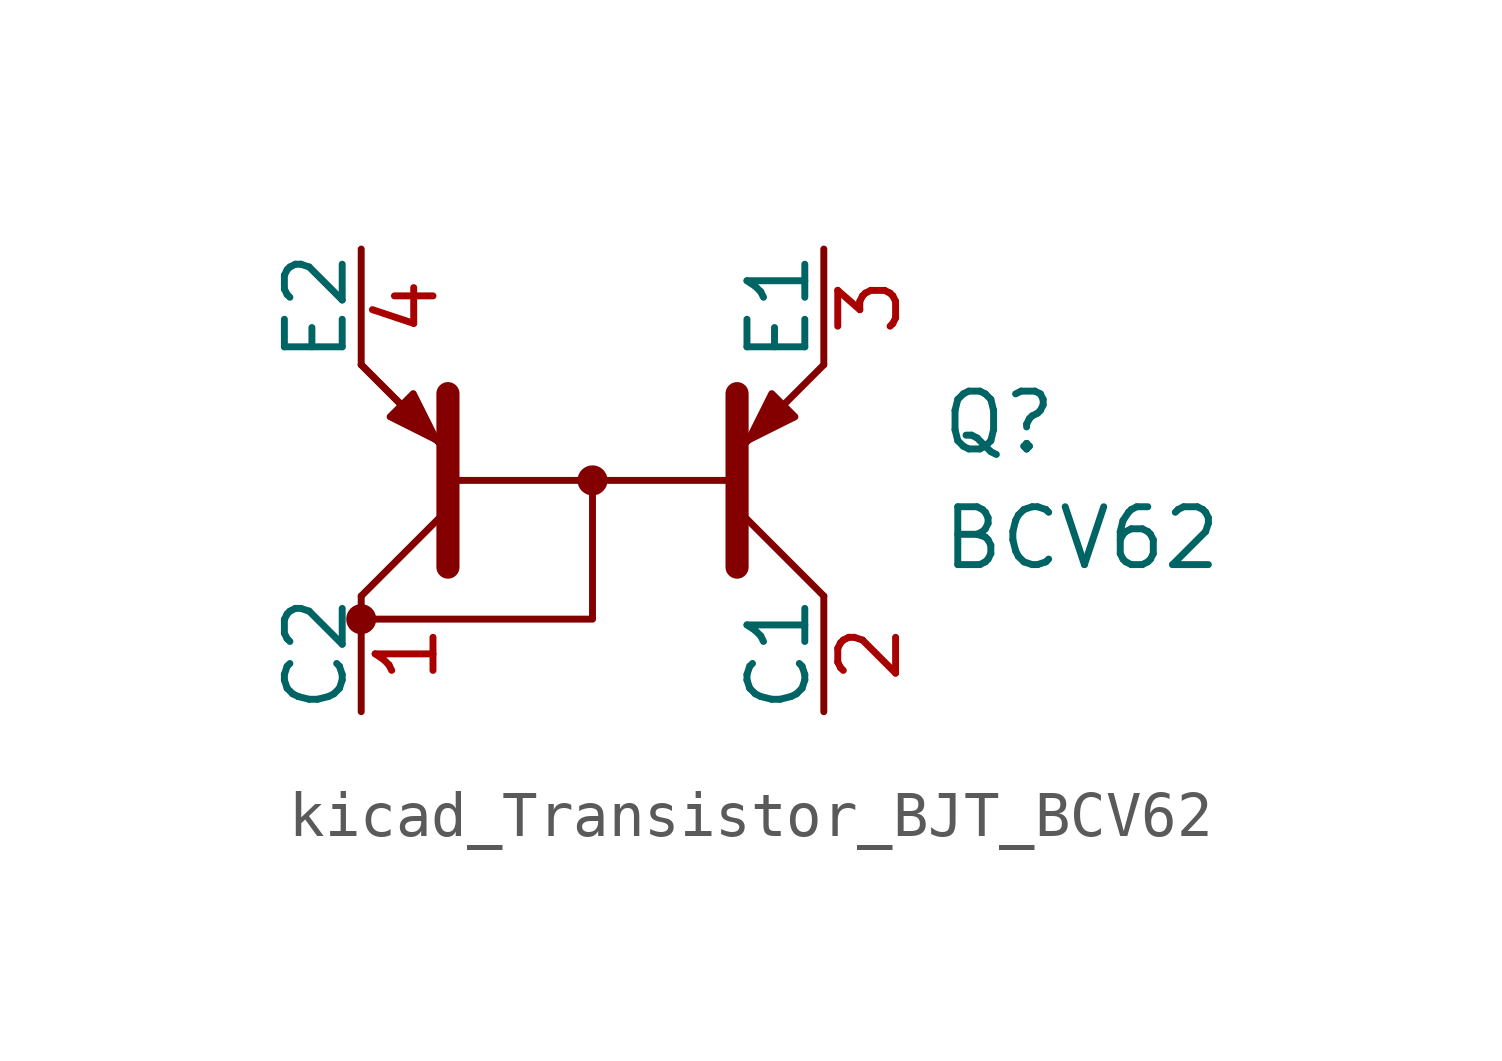
<source format=kicad_sym>
(kicad_symbol_lib
  (version 20220914)
  (generator kicad_symbol_editor)
  (symbol "kicad_Transistor_BJT_BCV62"
    (pin_names
      (offset 0))
    (property "Reference" "Q"
      (at 7.62 1.27 0)
      (effects (font (size 1.27 1.27)) (justify left)))
    (property "Value" "BCV62"
      (at 7.62 -1.27 0)
      (effects (font (size 1.27 1.27)) (justify left)))
    (symbol "kicad_Transistor_BJT_BCV62_0_1"
      (circle (center -5.08 -3.048) (radius 0.254) (stroke (width 0) (type default)) (fill (type outline)))
      (polyline (pts (xy -5.08 -2.54) (xy -3.175 -0.635)) (stroke (width 0) (type default)) (fill (type none)))
      (polyline (pts (xy -5.08 2.54) (xy -3.175 0.635)) (stroke (width 0) (type default)) (fill (type none)))
      (polyline (pts (xy -5.08 2.54) (xy -3.175 0.635)) (stroke (width 0) (type default)) (fill (type none)))
      (polyline (pts (xy 3.175 0) (xy -3.175 0)) (stroke (width 0) (type default)) (fill (type none)))
      (polyline (pts (xy 5.08 -2.54) (xy 3.175 -0.635)) (stroke (width 0) (type default)) (fill (type none)))
      (polyline (pts (xy 5.08 2.54) (xy 3.175 0.635)) (stroke (width 0) (type default)) (fill (type none)))
      (polyline (pts (xy -3.175 -1.905) (xy -3.175 1.905) (xy -3.175 1.905)) (stroke (width 0.508) (type default)) (fill (type outline)))
      (polyline (pts (xy 0 0) (xy 0 -3.048) (xy -5.08 -3.048)) (stroke (width 0) (type default)) (fill (type none)))
      (polyline (pts (xy 3.175 -1.905) (xy 3.175 1.905) (xy 3.175 1.905)) (stroke (width 0.508) (type default)) (fill (type outline)))
      (polyline (pts (xy -3.937 1.905) (xy -4.445 1.397) (xy -3.429 0.889) (xy -3.937 1.905) (xy -3.937 1.905)) (stroke (width 0) (type default)) (fill (type outline)))
      (polyline (pts (xy 3.937 1.905) (xy 4.445 1.397) (xy 3.429 0.889) (xy 3.937 1.905) (xy 3.937 1.905)) (stroke (width 0) (type default)) (fill (type outline)))
      (circle (center 0 0) (radius 0.254) (stroke (width 0) (type default)) (fill (type outline))))
    (symbol "kicad_Transistor_BJT_BCV62_1_1"
      (pin passive line (at -5.08 -5.08 90) (length 2.54) (name "C2" (effects (font (size 1.27 1.27)))) (number "1" (effects (font (size 1.27 1.27)))))
      (pin passive line (at 5.08 -5.08 90) (length 2.54) (name "C1" (effects (font (size 1.27 1.27)))) (number "2" (effects (font (size 1.27 1.27)))))
      (pin passive line (at 5.08 5.08 270) (length 2.54) (name "E1" (effects (font (size 1.27 1.27)))) (number "3" (effects (font (size 1.27 1.27)))))
      (pin passive line (at -5.08 5.08 270) (length 2.54) (name "E2" (effects (font (size 1.27 1.27)))) (number "4" (effects (font (size 1.27 1.27))))))))
</source>
